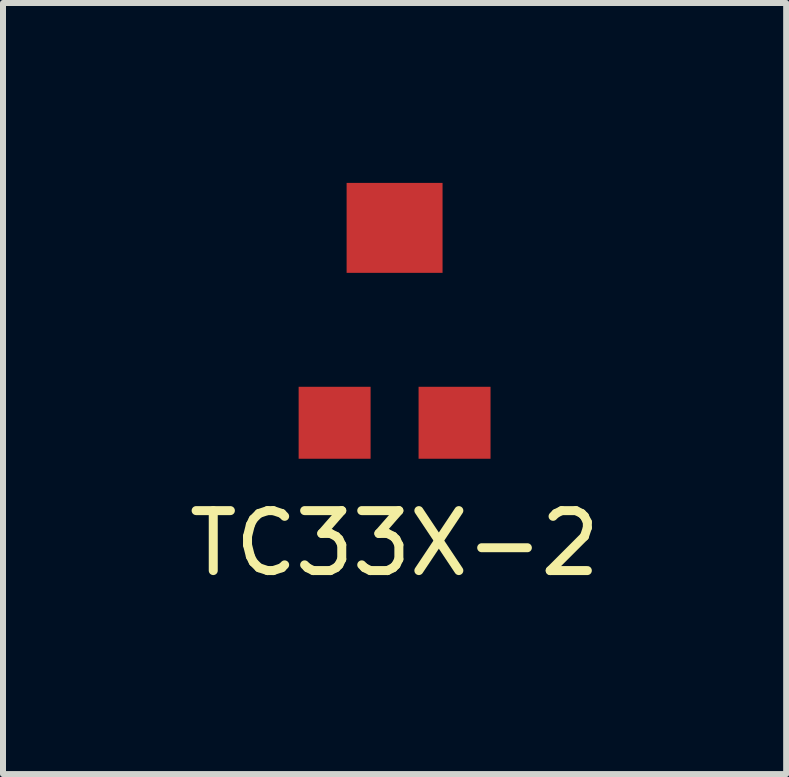
<source format=kicad_pcb>
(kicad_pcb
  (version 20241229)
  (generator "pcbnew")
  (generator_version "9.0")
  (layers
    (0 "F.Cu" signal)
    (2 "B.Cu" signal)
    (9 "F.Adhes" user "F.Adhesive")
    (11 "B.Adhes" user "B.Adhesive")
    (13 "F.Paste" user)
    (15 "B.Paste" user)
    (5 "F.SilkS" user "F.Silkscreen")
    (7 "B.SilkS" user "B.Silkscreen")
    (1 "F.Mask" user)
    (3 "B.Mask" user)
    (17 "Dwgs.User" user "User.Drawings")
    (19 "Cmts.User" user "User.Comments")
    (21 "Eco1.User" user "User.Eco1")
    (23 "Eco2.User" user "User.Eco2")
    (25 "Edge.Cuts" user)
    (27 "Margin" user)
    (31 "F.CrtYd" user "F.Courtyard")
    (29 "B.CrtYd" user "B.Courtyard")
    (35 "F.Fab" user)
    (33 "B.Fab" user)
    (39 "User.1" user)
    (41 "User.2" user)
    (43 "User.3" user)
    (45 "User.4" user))
  (footprint "TC33X-2"
    (layer "F.Cu")
    (at 3.53 2.2)
    (property "Reference" "TC33X-2" (at 0 3.81 0) (layer "F.SilkS") (effects (font (size 1 1) (thickness 0.15))))
    (attr through_hole)
    (pad "1" smd rect (at -1 1.8) (size 1.2 1.2) (layers "F.Cu" "F.Mask" "F.Paste"))
    (pad "2" smd rect (at 0 -1.45) (size 1.6 1.5) (layers "F.Cu" "F.Mask" "F.Paste"))
    (pad "3" smd rect (at 1 1.8) (size 1.2 1.2) (layers "F.Cu" "F.Mask" "F.Paste")))
  (gr_rect
    (start -3 -3)
    (end 10.06 9.858)
    (stroke (width 0.1) (type default))
    (fill no)
    (layer "Edge.Cuts")))
</source>
